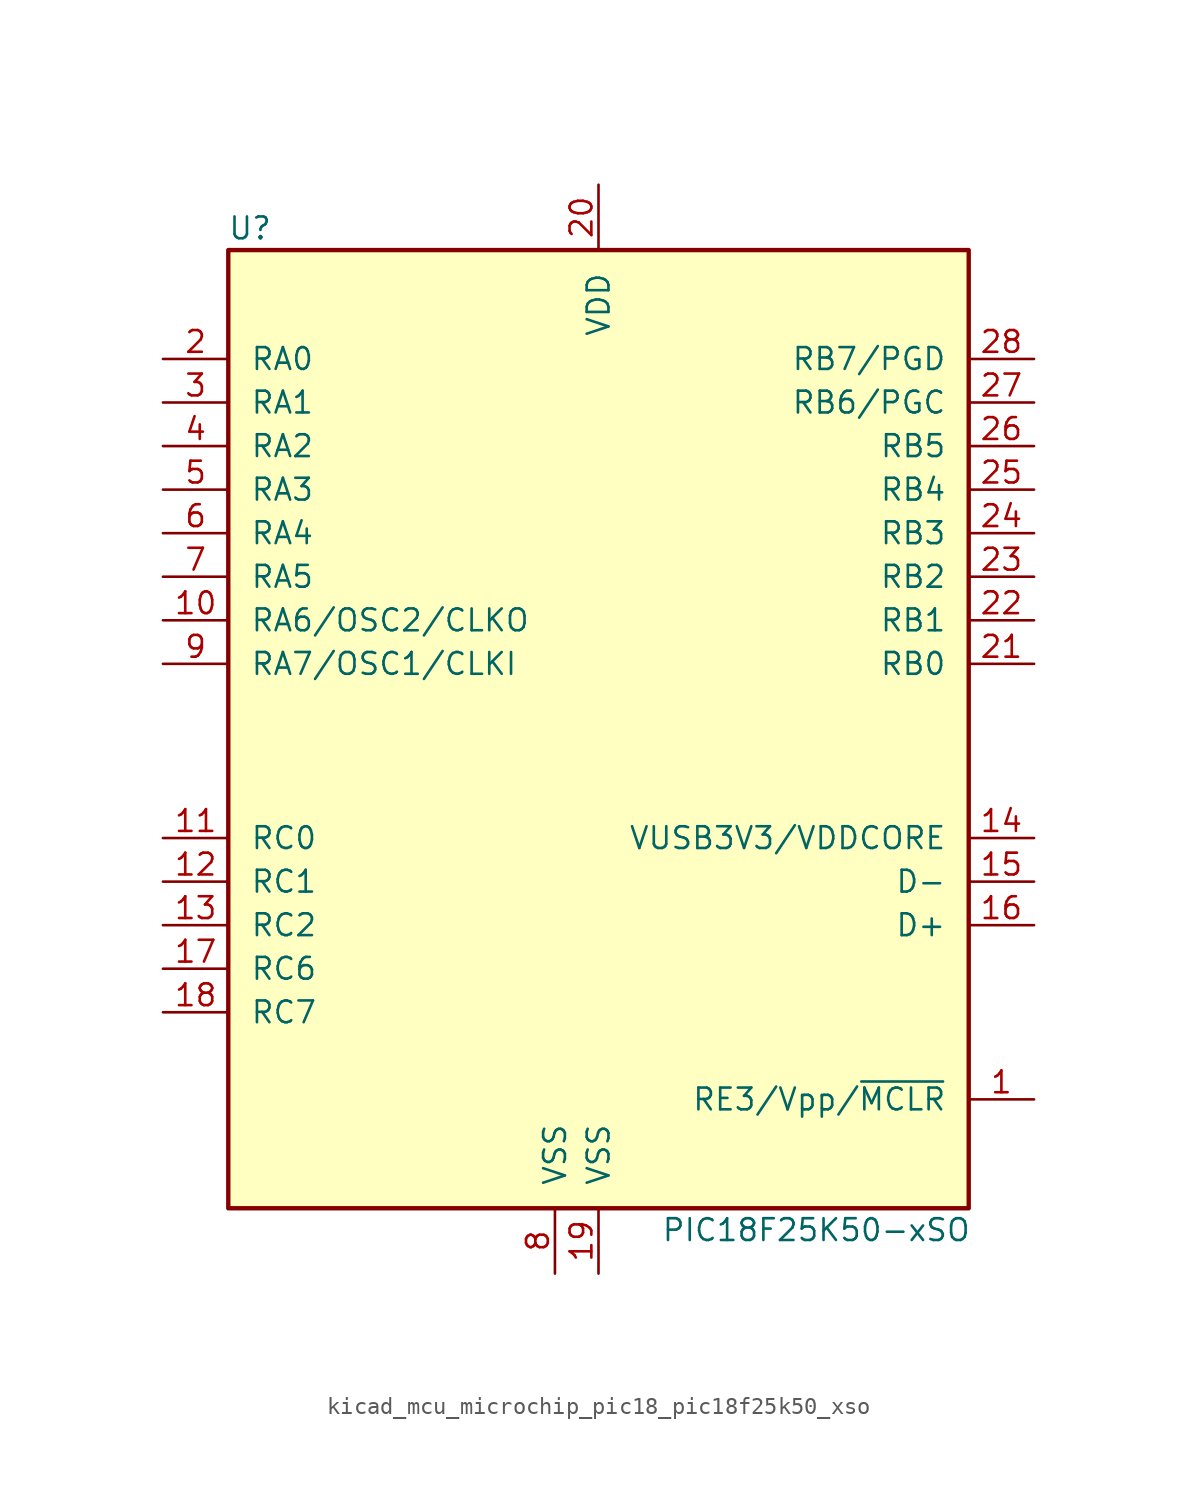
<source format=kicad_sym>
(kicad_symbol_lib
  (version 20220914)
  (generator kicad_symbol_editor)
  (symbol "kicad_mcu_microchip_pic18_pic18f25k50_xso"
    (pin_names
      (offset 1.27))
    (property "Reference" "U"
      (at -20.32 30.48 0)
      (effects (font (size 1.27 1.27))))
    (property "Value" "PIC18F25K50-xSO"
      (at 12.7 -27.94 0)
      (effects (font (size 1.27 1.27))))
    (symbol "kicad_mcu_microchip_pic18_pic18f25k50_xso_0_1"
      (rectangle (start -21.59 29.21) (end 21.59 -26.67) (stroke (width 0.254) (type default)) (fill (type background))))
    (symbol "kicad_mcu_microchip_pic18_pic18f25k50_xso_1_1"
      (pin input line (at 25.4 -20.32 180) (length 3.81) (name "RE3/Vpp/~{MCLR}" (effects (font (size 1.27 1.27)))) (number "1" (effects (font (size 1.27 1.27)))))
      (pin output line (at -25.4 7.62 0) (length 3.81) (name "RA6/OSC2/CLKO" (effects (font (size 1.27 1.27)))) (number "10" (effects (font (size 1.27 1.27)))))
      (pin bidirectional line (at -25.4 -5.08 0) (length 3.81) (name "RC0" (effects (font (size 1.27 1.27)))) (number "11" (effects (font (size 1.27 1.27)))))
      (pin bidirectional line (at -25.4 -7.62 0) (length 3.81) (name "RC1" (effects (font (size 1.27 1.27)))) (number "12" (effects (font (size 1.27 1.27)))))
      (pin bidirectional line (at -25.4 -10.16 0) (length 3.81) (name "RC2" (effects (font (size 1.27 1.27)))) (number "13" (effects (font (size 1.27 1.27)))))
      (pin bidirectional line (at 25.4 -5.08 180) (length 3.81) (name "VUSB3V3/VDDCORE" (effects (font (size 1.27 1.27)))) (number "14" (effects (font (size 1.27 1.27)))))
      (pin bidirectional line (at 25.4 -7.62 180) (length 3.81) (name "D-" (effects (font (size 1.27 1.27)))) (number "15" (effects (font (size 1.27 1.27)))))
      (pin bidirectional line (at 25.4 -10.16 180) (length 3.81) (name "D+" (effects (font (size 1.27 1.27)))) (number "16" (effects (font (size 1.27 1.27)))))
      (pin bidirectional line (at -25.4 -12.7 0) (length 3.81) (name "RC6" (effects (font (size 1.27 1.27)))) (number "17" (effects (font (size 1.27 1.27)))))
      (pin bidirectional line (at -25.4 -15.24 0) (length 3.81) (name "RC7" (effects (font (size 1.27 1.27)))) (number "18" (effects (font (size 1.27 1.27)))))
      (pin power_in line (at 0 -30.48 90) (length 3.81) (name "VSS" (effects (font (size 1.27 1.27)))) (number "19" (effects (font (size 1.27 1.27)))))
      (pin bidirectional line (at -25.4 22.86 0) (length 3.81) (name "RA0" (effects (font (size 1.27 1.27)))) (number "2" (effects (font (size 1.27 1.27)))))
      (pin power_in line (at 0 33.02 270) (length 3.81) (name "VDD" (effects (font (size 1.27 1.27)))) (number "20" (effects (font (size 1.27 1.27)))))
      (pin bidirectional line (at 25.4 5.08 180) (length 3.81) (name "RB0" (effects (font (size 1.27 1.27)))) (number "21" (effects (font (size 1.27 1.27)))))
      (pin bidirectional line (at 25.4 7.62 180) (length 3.81) (name "RB1" (effects (font (size 1.27 1.27)))) (number "22" (effects (font (size 1.27 1.27)))))
      (pin bidirectional line (at 25.4 10.16 180) (length 3.81) (name "RB2" (effects (font (size 1.27 1.27)))) (number "23" (effects (font (size 1.27 1.27)))))
      (pin bidirectional line (at 25.4 12.7 180) (length 3.81) (name "RB3" (effects (font (size 1.27 1.27)))) (number "24" (effects (font (size 1.27 1.27)))))
      (pin bidirectional line (at 25.4 15.24 180) (length 3.81) (name "RB4" (effects (font (size 1.27 1.27)))) (number "25" (effects (font (size 1.27 1.27)))))
      (pin bidirectional line (at 25.4 17.78 180) (length 3.81) (name "RB5" (effects (font (size 1.27 1.27)))) (number "26" (effects (font (size 1.27 1.27)))))
      (pin bidirectional line (at 25.4 20.32 180) (length 3.81) (name "RB6/PGC" (effects (font (size 1.27 1.27)))) (number "27" (effects (font (size 1.27 1.27)))))
      (pin bidirectional line (at 25.4 22.86 180) (length 3.81) (name "RB7/PGD" (effects (font (size 1.27 1.27)))) (number "28" (effects (font (size 1.27 1.27)))))
      (pin bidirectional line (at -25.4 20.32 0) (length 3.81) (name "RA1" (effects (font (size 1.27 1.27)))) (number "3" (effects (font (size 1.27 1.27)))))
      (pin bidirectional line (at -25.4 17.78 0) (length 3.81) (name "RA2" (effects (font (size 1.27 1.27)))) (number "4" (effects (font (size 1.27 1.27)))))
      (pin bidirectional line (at -25.4 15.24 0) (length 3.81) (name "RA3" (effects (font (size 1.27 1.27)))) (number "5" (effects (font (size 1.27 1.27)))))
      (pin bidirectional line (at -25.4 12.7 0) (length 3.81) (name "RA4" (effects (font (size 1.27 1.27)))) (number "6" (effects (font (size 1.27 1.27)))))
      (pin bidirectional line (at -25.4 10.16 0) (length 3.81) (name "RA5" (effects (font (size 1.27 1.27)))) (number "7" (effects (font (size 1.27 1.27)))))
      (pin power_in line (at -2.54 -30.48 90) (length 3.81) (name "VSS" (effects (font (size 1.27 1.27)))) (number "8" (effects (font (size 1.27 1.27)))))
      (pin input line (at -25.4 5.08 0) (length 3.81) (name "RA7/OSC1/CLKI" (effects (font (size 1.27 1.27)))) (number "9" (effects (font (size 1.27 1.27))))))))
</source>
